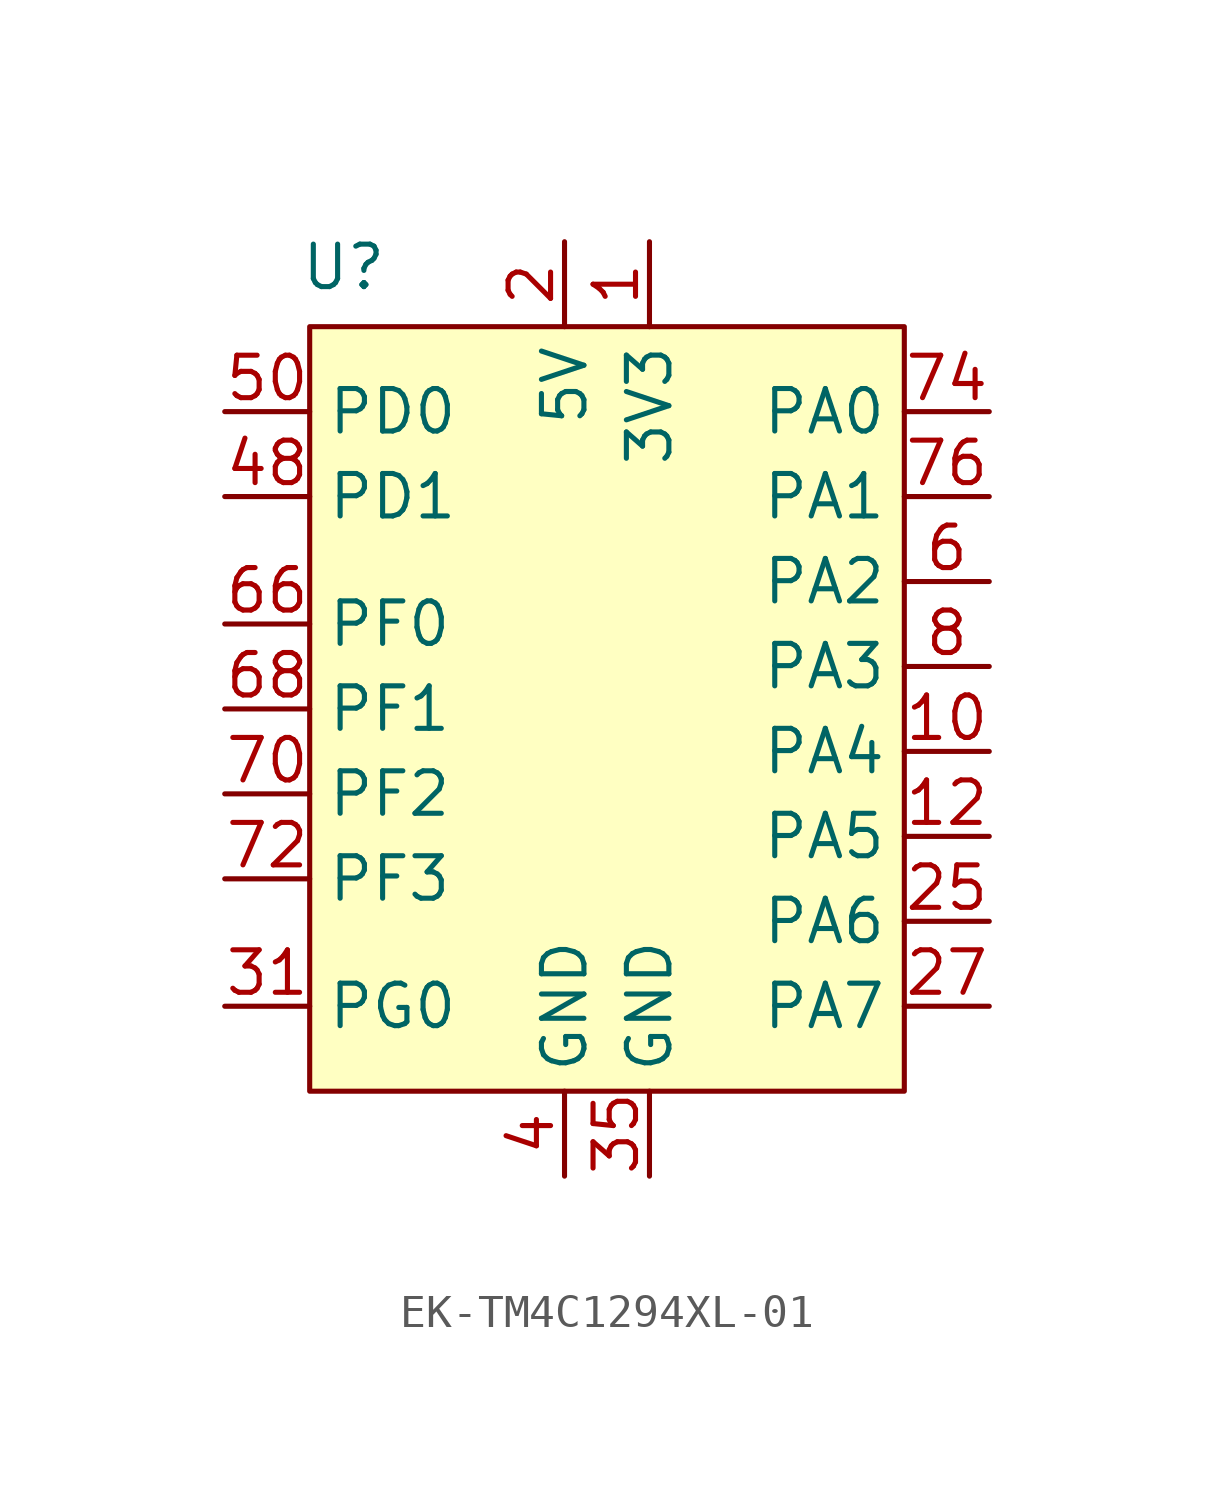
<source format=kicad_sym>
(kicad_symbol_lib
  (version 20231120)
  (generator "kicad_symbol_editor")
  (generator_version "8.0")
  (symbol "EK-TM4C1294XL-01"
    (property "Reference" "U"
      (at -7.874 13.208 0)
      (effects (font (size 1.27 1.27))))
    (property "Value" ""
      (at 0 0 0)
      (effects (font (size 1.27 1.27))))
    (symbol "EK-TM4C1294XL-01_1_1"
      (rectangle (start -8.89 11.43) (end 8.89 -11.43) (stroke (width 0) (type default)) (fill (type background)))
      (pin power_out line (at 1.27 13.97 270) (length 2.54) (name "3V3" (effects (font (size 1.27 1.27)))) (number "1" (effects (font (size 1.27 1.27)))))
      (pin bidirectional line (at 11.43 -1.27 180) (length 2.54) (name "PA4" (effects (font (size 1.27 1.27)))) (number "10" (effects (font (size 1.27 1.27)))))
      (pin bidirectional line (at 11.43 -3.81 180) (length 2.54) (name "PA5" (effects (font (size 1.27 1.27)))) (number "12" (effects (font (size 1.27 1.27)))))
      (pin power_in line (at -1.27 13.97 270) (length 2.54) (name "5V" (effects (font (size 1.27 1.27)))) (number "2" (effects (font (size 1.27 1.27)))))
      (pin bidirectional line (at 11.43 -6.35 180) (length 2.54) (name "PA6" (effects (font (size 1.27 1.27)))) (number "25" (effects (font (size 1.27 1.27)))))
      (pin bidirectional line (at 11.43 -8.89 180) (length 2.54) (name "PA7" (effects (font (size 1.27 1.27)))) (number "27" (effects (font (size 1.27 1.27)))))
      (pin bidirectional line (at -11.43 -8.89 0) (length 2.54) (name "PG0" (effects (font (size 1.27 1.27)))) (number "31" (effects (font (size 1.27 1.27)))))
      (pin power_in line (at 1.27 -13.97 90) (length 2.54) (name "GND" (effects (font (size 1.27 1.27)))) (number "35" (effects (font (size 1.27 1.27)))))
      (pin power_in line (at -1.27 -13.97 90) (length 2.54) (name "GND" (effects (font (size 1.27 1.27)))) (number "4" (effects (font (size 1.27 1.27)))))
      (pin bidirectional line (at -11.43 6.35 0) (length 2.54) (name "PD1" (effects (font (size 1.27 1.27)))) (number "48" (effects (font (size 1.27 1.27)))))
      (pin bidirectional line (at -11.43 8.89 0) (length 2.54) (name "PD0" (effects (font (size 1.27 1.27)))) (number "50" (effects (font (size 1.27 1.27)))))
      (pin bidirectional line (at 11.43 3.81 180) (length 2.54) (name "PA2" (effects (font (size 1.27 1.27)))) (number "6" (effects (font (size 1.27 1.27)))))
      (pin bidirectional line (at -11.43 2.54 0) (length 2.54) (name "PF0" (effects (font (size 1.27 1.27)))) (number "66" (effects (font (size 1.27 1.27)))))
      (pin bidirectional line (at -11.43 0 0) (length 2.54) (name "PF1" (effects (font (size 1.27 1.27)))) (number "68" (effects (font (size 1.27 1.27)))))
      (pin bidirectional line (at -11.43 -2.54 0) (length 2.54) (name "PF2" (effects (font (size 1.27 1.27)))) (number "70" (effects (font (size 1.27 1.27)))))
      (pin bidirectional line (at -11.43 -5.08 0) (length 2.54) (name "PF3" (effects (font (size 1.27 1.27)))) (number "72" (effects (font (size 1.27 1.27)))))
      (pin bidirectional line (at 11.43 8.89 180) (length 2.54) (name "PA0" (effects (font (size 1.27 1.27)))) (number "74" (effects (font (size 1.27 1.27)))))
      (pin bidirectional line (at 11.43 6.35 180) (length 2.54) (name "PA1" (effects (font (size 1.27 1.27)))) (number "76" (effects (font (size 1.27 1.27)))))
      (pin bidirectional line (at 11.43 1.27 180) (length 2.54) (name "PA3" (effects (font (size 1.27 1.27)))) (number "8" (effects (font (size 1.27 1.27))))))))
</source>
